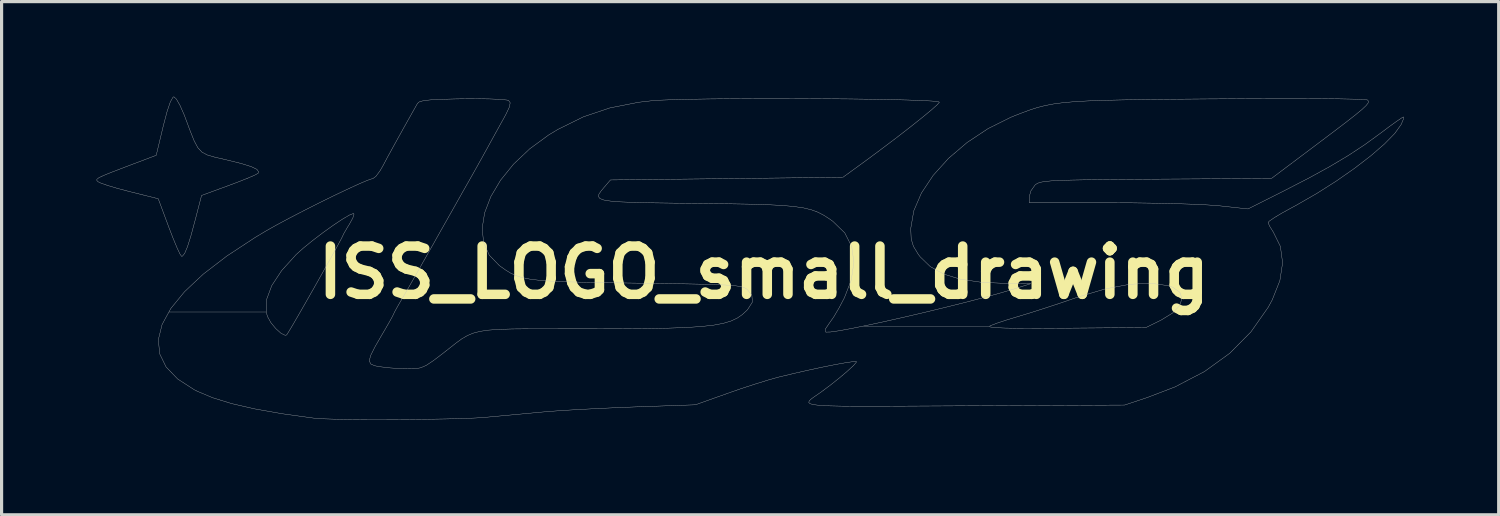
<source format=kicad_pcb>
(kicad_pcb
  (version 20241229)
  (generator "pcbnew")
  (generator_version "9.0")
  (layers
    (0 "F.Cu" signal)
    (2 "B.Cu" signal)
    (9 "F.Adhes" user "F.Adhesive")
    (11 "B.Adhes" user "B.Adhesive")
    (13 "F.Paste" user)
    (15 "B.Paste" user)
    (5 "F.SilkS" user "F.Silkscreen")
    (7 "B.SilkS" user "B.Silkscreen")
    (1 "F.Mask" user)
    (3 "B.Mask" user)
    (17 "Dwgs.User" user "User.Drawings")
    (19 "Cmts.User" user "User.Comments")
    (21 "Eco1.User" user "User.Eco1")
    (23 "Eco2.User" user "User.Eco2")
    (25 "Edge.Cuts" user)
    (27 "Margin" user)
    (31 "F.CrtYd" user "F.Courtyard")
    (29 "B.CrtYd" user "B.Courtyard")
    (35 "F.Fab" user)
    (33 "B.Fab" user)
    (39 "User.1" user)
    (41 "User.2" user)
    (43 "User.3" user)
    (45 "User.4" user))
  (footprint "ISS_LOGO_small_drawing"
    (layer "F.Cu")
    (at 21.059 5.551)
    (property "Reference" "ISS_LOGO_small_drawing" (at 0 0 0) (layer "F.SilkS") (effects (font (size 1.524 1.524) (thickness 0.3))))
    (attr through_hole)
    (fp_poly (pts (xy -18.54 -5.471) (xy -18.426 -5.272) (xy -18.3 -4.986) (xy -18.271 -4.911) (xy -18.105 -4.466) (xy -17.979 -4.151) (xy -17.864 -3.938) (xy -17.736 -3.8) (xy -17.567 -3.71) (xy -17.333 -3.641) (xy -17.006 -3.566) (xy -16.961 -3.555) (xy -16.494 -3.44) (xy -16.179 -3.342) (xy -16.001 -3.256) (xy -15.945 -3.175) (xy -15.958 -3.136) (xy -16.048 -3.083) (xy -16.265 -2.988) (xy -16.572 -2.865) (xy -16.872 -2.753) (xy -17.747 -2.432) (xy -17.947 -1.661) (xy -18.082 -1.161) (xy -18.191 -0.814) (xy -18.28 -0.603) (xy -18.354 -0.513) (xy -18.376 -0.508) (xy -18.428 -0.582) (xy -18.523 -0.785) (xy -18.647 -1.083) (xy -18.776 -1.418) (xy -19.114 -2.328) (xy -20.024 -2.555) (xy -20.401 -2.654) (xy -20.718 -2.749) (xy -20.939 -2.827) (xy -21.022 -2.869) (xy -21.054 -2.908) (xy -21.049 -2.945) (xy -20.987 -2.992) (xy -20.847 -3.059) (xy -20.606 -3.157) (xy -20.243 -3.296) (xy -19.897 -3.428) (xy -19.178 -3.699) (xy -18.956 -4.623) (xy -18.835 -5.082) (xy -18.732 -5.388) (xy -18.648 -5.533) (xy -18.621 -5.546) (xy -18.54 -5.471)) (stroke (width 0.01) (type solid)) (fill no) (layer "Dwgs.User"))
    (fp_poly (pts (xy 1.197 -5.488) (xy 1.955 -5.484) (xy 2.687 -5.478) (xy 3.376 -5.469) (xy 4.002 -5.457) (xy 4.546 -5.444) (xy 4.99 -5.428) (xy 5.315 -5.411) (xy 5.503 -5.391) (xy 5.542 -5.376) (xy 5.476 -5.297) (xy 5.292 -5.133) (xy 5.01 -4.9) (xy 4.65 -4.613) (xy 4.23 -4.287) (xy 3.77 -3.939) (xy 3.29 -3.582) (xy 3.048 -3.405) (xy 2.498 -3.006) (xy -1.172 -2.963) (xy -4.841 -2.921) (xy -5.042 -2.687) (xy -5.14 -2.569) (xy -5.204 -2.473) (xy -5.22 -2.396) (xy -5.173 -2.335) (xy -5.051 -2.288) (xy -4.84 -2.254) (xy -4.527 -2.229) (xy -4.096 -2.212) (xy -3.536 -2.199) (xy -2.832 -2.189) (xy -2.089 -2.181) (xy -1.216 -2.17) (xy -0.493 -2.158) (xy 0.097 -2.141) (xy 0.573 -2.117) (xy 0.954 -2.083) (xy 1.258 -2.038) (xy 1.504 -1.978) (xy 1.71 -1.902) (xy 1.894 -1.806) (xy 2.076 -1.689) (xy 2.184 -1.611) (xy 2.555 -1.25) (xy 2.775 -0.816) (xy 2.844 -0.318) (xy 2.76 0.237) (xy 2.546 0.792) (xy 2.378 1.112) (xy 2.206 1.404) (xy 2.065 1.604) (xy 2.064 1.606) (xy 1.942 1.786) (xy 1.951 1.877) (xy 1.961 1.881) (xy 2.095 1.879) (xy 2.37 1.84) (xy 2.763 1.768) (xy 3.131 1.693) (xy 7.128 1.693) (xy 7.147 1.72) (xy 7.307 1.74) (xy 7.612 1.754) (xy 8.07 1.762) (xy 8.685 1.763) (xy 9.463 1.759) (xy 9.525 1.758) (xy 12.065 1.736) (xy 12.537 1.504) (xy 12.898 1.282) (xy 13.12 1.05) (xy 13.199 0.826) (xy 13.132 0.627) (xy 12.915 0.47) (xy 12.758 0.415) (xy 12.204 0.338) (xy 11.537 0.374) (xy 10.769 0.52) (xy 9.91 0.777) (xy 9.864 0.793) (xy 9.375 0.96) (xy 8.862 1.129) (xy 8.387 1.28) (xy 8.017 1.392) (xy 7.669 1.497) (xy 7.372 1.595) (xy 7.173 1.671) (xy 7.128 1.693) (xy 3.131 1.693) (xy 3.252 1.669) (xy 3.814 1.548) (xy 4.426 1.41) (xy 5.066 1.261) (xy 5.71 1.105) (xy 6.336 0.949) (xy 6.922 0.797) (xy 7.443 0.654) (xy 7.879 0.525) (xy 7.916 0.514) (xy 8.424 0.354) (xy 7.662 0.346) (xy 6.86 0.308) (xy 6.202 0.211) (xy 5.673 0.049) (xy 5.257 -0.184) (xy 4.937 -0.492) (xy 4.875 -0.575) (xy 4.722 -0.826) (xy 4.651 -1.061) (xy 4.638 -1.367) (xy 4.639 -1.399) (xy 4.733 -1.946) (xy 4.975 -2.509) (xy 5.348 -3.069) (xy 5.834 -3.607) (xy 6.417 -4.104) (xy 7.077 -4.541) (xy 7.798 -4.9) (xy 7.916 -4.948) (xy 8.176 -5.049) (xy 8.413 -5.136) (xy 8.642 -5.209) (xy 8.879 -5.269) (xy 9.14 -5.319) (xy 9.44 -5.359) (xy 9.795 -5.391) (xy 10.22 -5.415) (xy 10.732 -5.434) (xy 11.346 -5.448) (xy 12.077 -5.46) (xy 12.941 -5.469) (xy 13.955 -5.478) (xy 14.297 -5.48) (xy 15.246 -5.487) (xy 16.118 -5.49) (xy 16.903 -5.49) (xy 17.585 -5.487) (xy 18.154 -5.481) (xy 18.596 -5.472) (xy 18.898 -5.461) (xy 19.047 -5.447) (xy 19.061 -5.442) (xy 19.084 -5.402) (xy 19.072 -5.348) (xy 19.01 -5.268) (xy 18.884 -5.149) (xy 18.68 -4.98) (xy 18.384 -4.748) (xy 17.981 -4.441) (xy 17.458 -4.047) (xy 17.389 -3.995) (xy 16.025 -2.97) (xy 12.382 -2.946) (xy 11.499 -2.939) (xy 10.77 -2.933) (xy 10.178 -2.926) (xy 9.71 -2.917) (xy 9.348 -2.906) (xy 9.077 -2.892) (xy 8.882 -2.873) (xy 8.747 -2.851) (xy 8.657 -2.822) (xy 8.595 -2.788) (xy 8.56 -2.76) (xy 8.426 -2.571) (xy 8.382 -2.4) (xy 8.382 -2.201) (xy 10.939 -2.201) (xy 11.634 -2.198) (xy 12.32 -2.188) (xy 12.967 -2.174) (xy 13.543 -2.155) (xy 14.016 -2.132) (xy 14.356 -2.107) (xy 14.389 -2.104) (xy 15.282 -2.006) (xy 16.395 -2.565) (xy 17.192 -2.975) (xy 17.864 -3.344) (xy 18.444 -3.69) (xy 18.967 -4.034) (xy 19.463 -4.395) (xy 19.466 -4.397) (xy 19.755 -4.614) (xy 19.993 -4.785) (xy 20.148 -4.889) (xy 20.19 -4.911) (xy 20.19 -4.846) (xy 20.124 -4.688) (xy 20.113 -4.666) (xy 19.916 -4.39) (xy 19.59 -4.057) (xy 19.158 -3.683) (xy 18.642 -3.286) (xy 18.065 -2.883) (xy 17.451 -2.493) (xy 16.821 -2.131) (xy 16.701 -2.066) (xy 16.377 -1.889) (xy 16.119 -1.735) (xy 15.957 -1.623) (xy 15.917 -1.58) (xy 15.962 -1.467) (xy 16.071 -1.292) (xy 16.078 -1.282) (xy 16.305 -0.823) (xy 16.375 -0.307) (xy 16.288 0.259) (xy 16.045 0.87) (xy 15.918 1.101) (xy 15.375 1.875) (xy 14.708 2.548) (xy 13.911 3.125) (xy 12.979 3.611) (xy 12.107 3.945) (xy 11.388 4.184) (xy 6.308 4.208) (xy 5.239 4.214) (xy 4.328 4.219) (xy 3.564 4.222) (xy 2.937 4.222) (xy 2.435 4.218) (xy 2.047 4.209) (xy 1.762 4.194) (xy 1.57 4.171) (xy 1.459 4.141) (xy 1.417 4.101) (xy 1.435 4.05) (xy 1.501 3.988) (xy 1.604 3.914) (xy 1.732 3.826) (xy 1.815 3.768) (xy 2.111 3.547) (xy 2.398 3.318) (xy 2.648 3.105) (xy 2.832 2.935) (xy 2.922 2.83) (xy 2.925 2.812) (xy 2.828 2.812) (xy 2.597 2.845) (xy 2.261 2.905) (xy 1.85 2.987) (xy 1.394 3.085) (xy 0.922 3.192) (xy 0.466 3.302) (xy 0.144 3.392) (xy -0.279 3.523) (xy -0.744 3.675) (xy -1.143 3.814) (xy -2.159 4.176) (xy -4.064 4.243) (xy -4.69 4.268) (xy -5.328 4.298) (xy -5.935 4.33) (xy -6.467 4.363) (xy -6.881 4.395) (xy -6.943 4.4) (xy -7.457 4.448) (xy -8.027 4.501) (xy -8.566 4.551) (xy -8.805 4.573) (xy -9.104 4.593) (xy -9.53 4.61) (xy -10.054 4.623) (xy -10.644 4.633) (xy -11.273 4.64) (xy -11.91 4.643) (xy -12.525 4.643) (xy -13.09 4.638) (xy -13.574 4.629) (xy -13.948 4.617) (xy -14.182 4.6) (xy -15.203 4.458) (xy -16.07 4.305) (xy -16.797 4.138) (xy -17.399 3.952) (xy -17.891 3.745) (xy -17.972 3.704) (xy -18.5 3.362) (xy -18.866 2.982) (xy -19.069 2.567) (xy -19.111 2.119) (xy -18.993 1.641) (xy -18.778 1.247) (xy -15.706 1.247) (xy -15.666 1.39) (xy -15.559 1.582) (xy -15.404 1.771) (xy -15.24 1.918) (xy -15.107 1.983) (xy -15.062 1.971) (xy -15.003 1.88) (xy -14.874 1.665) (xy -14.69 1.348) (xy -14.463 0.953) (xy -14.207 0.503) (xy -14.146 0.395) (xy -13.889 -0.062) (xy -13.663 -0.466) (xy -13.481 -0.797) (xy -13.354 -1.03) (xy -13.295 -1.145) (xy -13.293 -1.152) (xy -13.251 -1.239) (xy -13.147 -1.418) (xy -13.08 -1.526) (xy -12.972 -1.721) (xy -12.935 -1.843) (xy -12.951 -1.863) (xy -13.081 -1.813) (xy -13.309 -1.678) (xy -13.602 -1.482) (xy -13.928 -1.248) (xy -14.254 -0.999) (xy -14.548 -0.759) (xy -14.762 -0.566) (xy -15.219 -0.061) (xy -15.532 0.415) (xy -15.695 0.854) (xy -15.706 1.247) (xy -18.778 1.247) (xy -18.717 1.135) (xy -18.283 0.605) (xy -17.694 0.052) (xy -16.949 -0.52) (xy -16.05 -1.11) (xy -15.721 -1.307) (xy -15.388 -1.495) (xy -14.981 -1.713) (xy -14.529 -1.947) (xy -14.058 -2.185) (xy -13.595 -2.413) (xy -13.167 -2.617) (xy -12.8 -2.786) (xy -12.523 -2.905) (xy -12.36 -2.961) (xy -12.34 -2.963) (xy -12.245 -3.033) (xy -12.113 -3.211) (xy -12.024 -3.365) (xy -11.868 -3.658) (xy -11.643 -4.066) (xy -11.368 -4.562) (xy -11.057 -5.115) (xy -10.933 -5.334) (xy -10.876 -5.384) (xy -10.752 -5.421) (xy -10.538 -5.447) (xy -10.212 -5.465) (xy -9.749 -5.478) (xy -9.516 -5.482) (xy -9.049 -5.485) (xy -8.638 -5.478) (xy -8.313 -5.464) (xy -8.107 -5.443) (xy -8.055 -5.429) (xy -8.006 -5.358) (xy -8.028 -5.23) (xy -8.131 -5.01) (xy -8.203 -4.878) (xy -8.399 -4.524) (xy -8.615 -4.133) (xy -8.734 -3.916) (xy -8.916 -3.587) (xy -9.134 -3.197) (xy -9.338 -2.836) (xy -9.496 -2.559) (xy -9.713 -2.173) (xy -9.969 -1.72) (xy -10.241 -1.239) (xy -10.414 -0.931) (xy -10.676 -0.468) (xy -10.93 -0.021) (xy -11.155 0.375) (xy -11.333 0.683) (xy -11.418 0.829) (xy -11.558 1.069) (xy -11.654 1.244) (xy -11.684 1.309) (xy -11.724 1.391) (xy -11.831 1.583) (xy -11.986 1.851) (xy -12.06 1.976) (xy -12.279 2.356) (xy -12.41 2.618) (xy -12.453 2.787) (xy -12.408 2.887) (xy -12.279 2.944) (xy -12.107 2.976) (xy -11.791 3.012) (xy -11.42 3.037) (xy -11.248 3.042) (xy -11.013 3.038) (xy -10.83 3.008) (xy -10.653 2.93) (xy -10.435 2.785) (xy -10.155 2.573) (xy -9.91 2.38) (xy -9.708 2.221) (xy -9.53 2.092) (xy -9.357 1.991) (xy -9.172 1.914) (xy -8.956 1.858) (xy -8.689 1.819) (xy -8.354 1.795) (xy -7.932 1.782) (xy -7.404 1.777) (xy -6.751 1.777) (xy -5.955 1.778) (xy -5.582 1.778) (xy -4.58 1.776) (xy -3.732 1.77) (xy -3.023 1.757) (xy -2.438 1.736) (xy -1.962 1.704) (xy -1.579 1.661) (xy -1.275 1.604) (xy -1.034 1.531) (xy -0.842 1.441) (xy -0.683 1.332) (xy -0.542 1.202) (xy -0.51 1.168) (xy -0.361 0.934) (xy -0.377 0.719) (xy -0.517 0.542) (xy -0.571 0.501) (xy -0.644 0.468) (xy -0.754 0.44) (xy -0.916 0.417) (xy -1.146 0.399) (xy -1.463 0.384) (xy -1.881 0.371) (xy -2.417 0.36) (xy -3.088 0.349) (xy -3.91 0.337) (xy -4.009 0.336) (xy -4.893 0.323) (xy -5.625 0.31) (xy -6.223 0.294) (xy -6.705 0.273) (xy -7.089 0.246) (xy -7.392 0.208) (xy -7.633 0.159) (xy -7.828 0.096) (xy -7.996 0.017) (xy -8.155 -0.081) (xy -8.321 -0.199) (xy -8.349 -0.22) (xy -8.666 -0.547) (xy -8.844 -0.944) (xy -8.89 -1.395) (xy -8.812 -1.885) (xy -8.616 -2.397) (xy -8.309 -2.914) (xy -7.899 -3.421) (xy -7.391 -3.902) (xy -6.794 -4.339) (xy -6.503 -4.515) (xy -5.691 -4.915) (xy -4.859 -5.195) (xy -3.953 -5.373) (xy -3.536 -5.421) (xy -3.248 -5.44) (xy -2.836 -5.456) (xy -2.319 -5.468) (xy -1.715 -5.478) (xy -1.042 -5.485) (xy -0.321 -5.489) (xy 0.432 -5.49) (xy 1.197 -5.488)) (stroke (width 0.01) (type solid)) (fill no) (layer "Dwgs.User")))
  (gr_rect
    (start -3 -3)
    (end 44.254 13.199)
    (stroke (width 0.1) (type default))
    (fill no)
    (layer "Edge.Cuts")))
</source>
